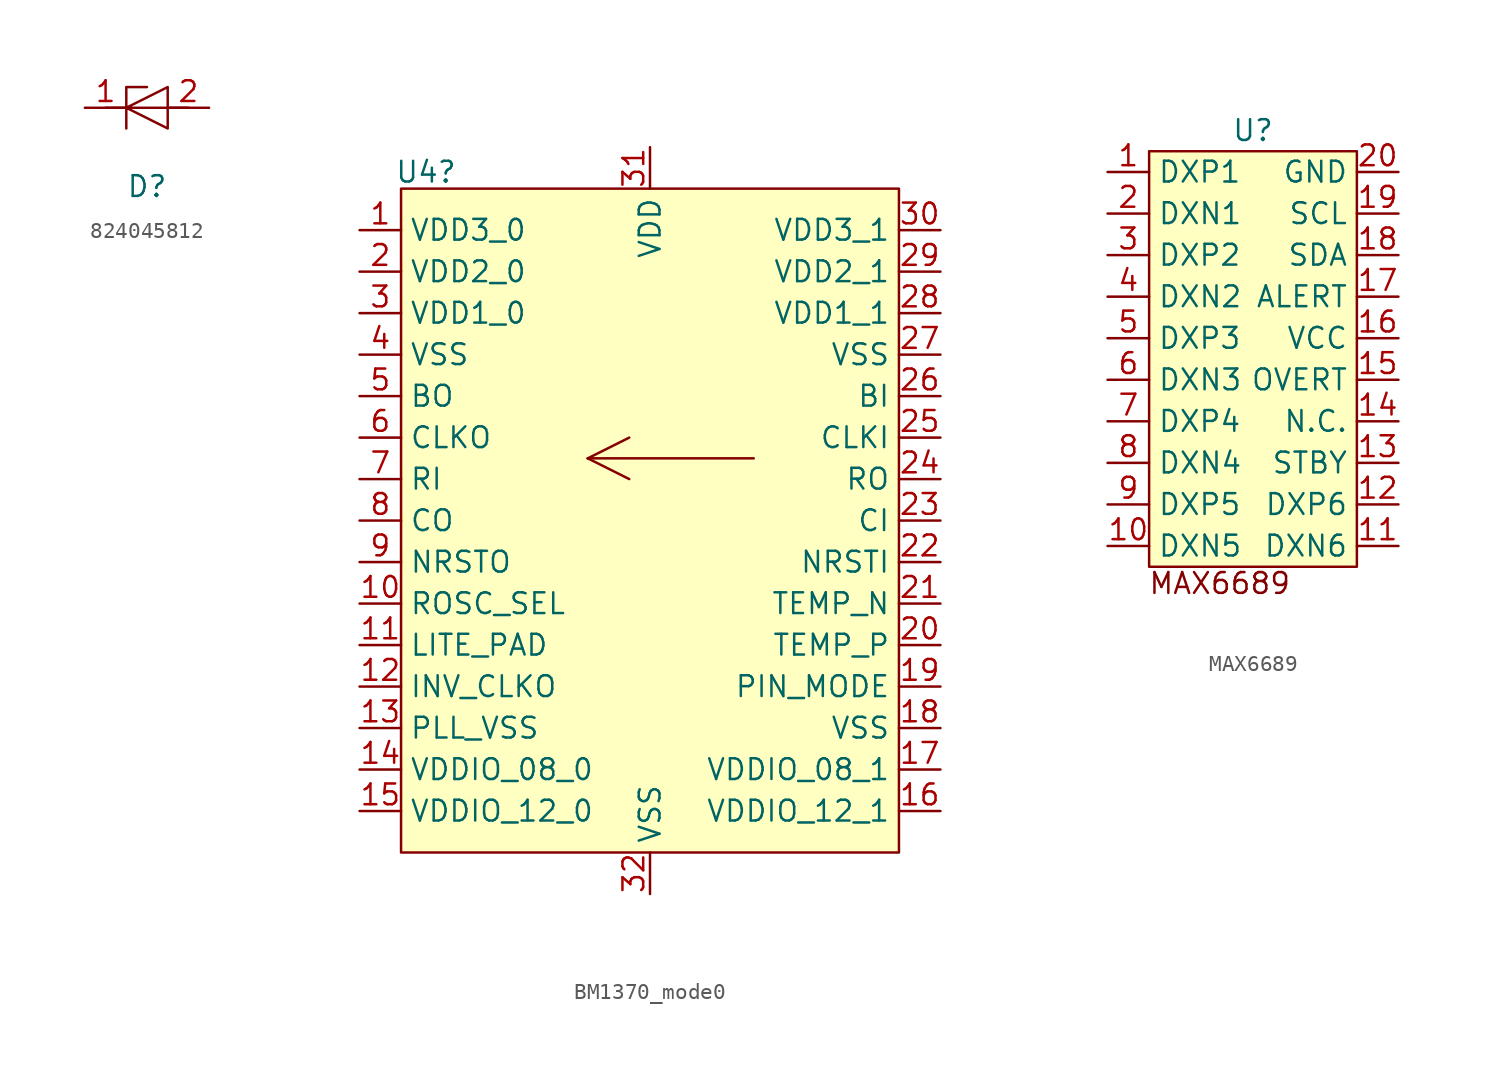
<source format=kicad_sym>
(kicad_symbol_lib
  (version 20231120)
  (generator "kicad_symbol_editor")
  (generator_version "8.0")
  (symbol "824045812"
    (property "Reference" "D"
      (at 0 -4.826 0)
      (effects (font (size 1.27 1.27))))
    (property "Value" ""
      (at 0 0 0)
      (effects (font (size 1.27 1.27))))
    (symbol "824045812_0_1"
      (polyline (pts (xy -1.27 0) (xy 1.27 1.27) (xy 1.27 -1.27) (xy -1.27 0) (xy -2.54 0) (xy 2.54 0) (xy -1.27 0) (xy -1.27 -1.27) (xy -1.27 1.27) (xy 0 1.27)) (stroke (width 0) (type default)) (fill (type none))))
    (symbol "824045812_1_1"
      (pin input line (at -3.81 0 0) (length 2.54) (name "I/O" (effects (font (size 0 0)))) (number "1" (effects (font (size 1.27 1.27)))))
      (pin output line (at 3.81 0 180) (length 2.54) (name "GND" (effects (font (size 0 0)))) (number "2" (effects (font (size 1.27 1.27)))))))
  (symbol "BM1370_mode0"
    (property "Reference" "U4"
      (at -13.716 20.066 0)
      (effects (font (size 1.27 1.27))))
    (property "Value" ""
      (at 0 0 0)
      (effects (font (size 1.27 1.27))))
    (symbol "BM1370_mode0_0_1"
      (rectangle (start -15.24 19.05) (end 15.24 -21.59) (stroke (width 0) (type default)) (fill (type background)))
      (polyline (pts (xy -3.81 2.54) (xy -1.27 3.81)) (stroke (width 0) (type default)) (fill (type none)))
      (polyline (pts (xy -3.81 2.54) (xy 6.35 2.54)) (stroke (width 0) (type default)) (fill (type none)))
      (polyline (pts (xy -1.27 1.27) (xy -3.81 2.54)) (stroke (width 0) (type default)) (fill (type none))))
    (symbol "BM1370_mode0_1_1"
      (pin power_in line (at -17.78 16.51 0) (length 2.54) (name "VDD3_0" (effects (font (size 1.27 1.27)))) (number "1" (effects (font (size 1.27 1.27)))))
      (pin unspecified line (at -17.78 -6.35 0) (length 2.54) (name "ROSC_SEL" (effects (font (size 1.27 1.27)))) (number "10" (effects (font (size 1.27 1.27)))))
      (pin unspecified line (at -17.78 -8.89 0) (length 2.54) (name "LITE_PAD" (effects (font (size 1.27 1.27)))) (number "11" (effects (font (size 1.27 1.27)))))
      (pin unspecified line (at -17.78 -11.43 0) (length 2.54) (name "INV_CLKO" (effects (font (size 1.27 1.27)))) (number "12" (effects (font (size 1.27 1.27)))))
      (pin power_in line (at -17.78 -13.97 0) (length 2.54) (name "PLL_VSS" (effects (font (size 1.27 1.27)))) (number "13" (effects (font (size 1.27 1.27)))))
      (pin power_in line (at -17.78 -16.51 0) (length 2.54) (name "VDDIO_08_0" (effects (font (size 1.27 1.27)))) (number "14" (effects (font (size 1.27 1.27)))))
      (pin power_in line (at -17.78 -19.05 0) (length 2.54) (name "VDDIO_12_0" (effects (font (size 1.27 1.27)))) (number "15" (effects (font (size 1.27 1.27)))))
      (pin power_in line (at 17.78 -19.05 180) (length 2.54) (name "VDDIO_12_1" (effects (font (size 1.27 1.27)))) (number "16" (effects (font (size 1.27 1.27)))))
      (pin power_in line (at 17.78 -16.51 180) (length 2.54) (name "VDDIO_08_1" (effects (font (size 1.27 1.27)))) (number "17" (effects (font (size 1.27 1.27)))))
      (pin power_in line (at 17.78 -13.97 180) (length 2.54) (name "VSS" (effects (font (size 1.27 1.27)))) (number "18" (effects (font (size 1.27 1.27)))))
      (pin input line (at 17.78 -11.43 180) (length 2.54) (name "PIN_MODE" (effects (font (size 1.27 1.27)))) (number "19" (effects (font (size 1.27 1.27)))))
      (pin power_in line (at -17.78 13.97 0) (length 2.54) (name "VDD2_0" (effects (font (size 1.27 1.27)))) (number "2" (effects (font (size 1.27 1.27)))))
      (pin unspecified line (at 17.78 -8.89 180) (length 2.54) (name "TEMP_P" (effects (font (size 1.27 1.27)))) (number "20" (effects (font (size 1.27 1.27)))))
      (pin unspecified line (at 17.78 -6.35 180) (length 2.54) (name "TEMP_N" (effects (font (size 1.27 1.27)))) (number "21" (effects (font (size 1.27 1.27)))))
      (pin output line (at 17.78 -3.81 180) (length 2.54) (name "NRSTI" (effects (font (size 1.27 1.27)))) (number "22" (effects (font (size 1.27 1.27)))))
      (pin output line (at 17.78 -1.27 180) (length 2.54) (name "CI" (effects (font (size 1.27 1.27)))) (number "23" (effects (font (size 1.27 1.27)))))
      (pin input line (at 17.78 1.27 180) (length 2.54) (name "RO" (effects (font (size 1.27 1.27)))) (number "24" (effects (font (size 1.27 1.27)))))
      (pin output line (at 17.78 3.81 180) (length 2.54) (name "CLKI" (effects (font (size 1.27 1.27)))) (number "25" (effects (font (size 1.27 1.27)))))
      (pin output line (at 17.78 6.35 180) (length 2.54) (name "BI" (effects (font (size 1.27 1.27)))) (number "26" (effects (font (size 1.27 1.27)))))
      (pin power_in line (at 17.78 8.89 180) (length 2.54) (name "VSS" (effects (font (size 1.27 1.27)))) (number "27" (effects (font (size 1.27 1.27)))))
      (pin power_in line (at 17.78 11.43 180) (length 2.54) (name "VDD1_1" (effects (font (size 1.27 1.27)))) (number "28" (effects (font (size 1.27 1.27)))))
      (pin power_in line (at 17.78 13.97 180) (length 2.54) (name "VDD2_1" (effects (font (size 1.27 1.27)))) (number "29" (effects (font (size 1.27 1.27)))))
      (pin power_in line (at -17.78 11.43 0) (length 2.54) (name "VDD1_0" (effects (font (size 1.27 1.27)))) (number "3" (effects (font (size 1.27 1.27)))))
      (pin power_in line (at 17.78 16.51 180) (length 2.54) (name "VDD3_1" (effects (font (size 1.27 1.27)))) (number "30" (effects (font (size 1.27 1.27)))))
      (pin power_in line (at 0 21.59 270) (length 2.54) (name "VDD" (effects (font (size 1.27 1.27)))) (number "31" (effects (font (size 1.27 1.27)))))
      (pin power_in line (at 0 -24.13 90) (length 2.54) (name "VSS" (effects (font (size 1.27 1.27)))) (number "32" (effects (font (size 1.27 1.27)))))
      (pin power_in line (at -17.78 8.89 0) (length 2.54) (name "VSS" (effects (font (size 1.27 1.27)))) (number "4" (effects (font (size 1.27 1.27)))))
      (pin input line (at -17.78 6.35 0) (length 2.54) (name "BO" (effects (font (size 1.27 1.27)))) (number "5" (effects (font (size 1.27 1.27)))))
      (pin input line (at -17.78 3.81 0) (length 2.54) (name "CLKO" (effects (font (size 1.27 1.27)))) (number "6" (effects (font (size 1.27 1.27)))))
      (pin output line (at -17.78 1.27 0) (length 2.54) (name "RI" (effects (font (size 1.27 1.27)))) (number "7" (effects (font (size 1.27 1.27)))))
      (pin input line (at -17.78 -1.27 0) (length 2.54) (name "CO" (effects (font (size 1.27 1.27)))) (number "8" (effects (font (size 1.27 1.27)))))
      (pin input line (at -17.78 -3.81 0) (length 2.54) (name "NRSTO" (effects (font (size 1.27 1.27)))) (number "9" (effects (font (size 1.27 1.27)))))))
  (symbol "MAX6689"
    (property "Reference" "U"
      (at 0 13.97 0)
      (effects (font (size 1.27 1.27))))
    (property "Value" ""
      (at 0 0 0)
      (effects (font (size 1.27 1.27))))
    (symbol "MAX6689_0_1"
      (rectangle (start -6.35 12.7) (end 6.35 -12.7) (stroke (width 0) (type default)) (fill (type background))))
    (symbol "MAX6689_1_1"
      (text "MAX6689\n" (at -2.032 -13.716 0) (effects (font (size 1.27 1.27))))
      (pin bidirectional line (at -8.89 11.43 0) (length 2.54) (name "DXP1" (effects (font (size 1.27 1.27)))) (number "1" (effects (font (size 1.27 1.27)))))
      (pin bidirectional line (at -8.89 -11.43 0) (length 2.54) (name "DXN5" (effects (font (size 1.27 1.27)))) (number "10" (effects (font (size 1.27 1.27)))))
      (pin bidirectional line (at 8.89 -11.43 180) (length 2.54) (name "DXN6" (effects (font (size 1.27 1.27)))) (number "11" (effects (font (size 1.27 1.27)))))
      (pin bidirectional line (at 8.89 -8.89 180) (length 2.54) (name "DXP6" (effects (font (size 1.27 1.27)))) (number "12" (effects (font (size 1.27 1.27)))))
      (pin bidirectional line (at 8.89 -6.35 180) (length 2.54) (name "STBY" (effects (font (size 1.27 1.27)))) (number "13" (effects (font (size 1.27 1.27)))))
      (pin bidirectional line (at 8.89 -3.81 180) (length 2.54) (name "N.C." (effects (font (size 1.27 1.27)))) (number "14" (effects (font (size 1.27 1.27)))))
      (pin bidirectional line (at 8.89 -1.27 180) (length 2.54) (name "OVERT" (effects (font (size 1.27 1.27)))) (number "15" (effects (font (size 1.27 1.27)))))
      (pin bidirectional line (at 8.89 1.27 180) (length 2.54) (name "VCC" (effects (font (size 1.27 1.27)))) (number "16" (effects (font (size 1.27 1.27)))))
      (pin bidirectional line (at 8.89 3.81 180) (length 2.54) (name "ALERT" (effects (font (size 1.27 1.27)))) (number "17" (effects (font (size 1.27 1.27)))))
      (pin bidirectional line (at 8.89 6.35 180) (length 2.54) (name "SDA" (effects (font (size 1.27 1.27)))) (number "18" (effects (font (size 1.27 1.27)))))
      (pin bidirectional line (at 8.89 8.89 180) (length 2.54) (name "SCL" (effects (font (size 1.27 1.27)))) (number "19" (effects (font (size 1.27 1.27)))))
      (pin bidirectional line (at -8.89 8.89 0) (length 2.54) (name "DXN1" (effects (font (size 1.27 1.27)))) (number "2" (effects (font (size 1.27 1.27)))))
      (pin bidirectional line (at 8.89 11.43 180) (length 2.54) (name "GND" (effects (font (size 1.27 1.27)))) (number "20" (effects (font (size 1.27 1.27)))))
      (pin bidirectional line (at -8.89 6.35 0) (length 2.54) (name "DXP2" (effects (font (size 1.27 1.27)))) (number "3" (effects (font (size 1.27 1.27)))))
      (pin bidirectional line (at -8.89 3.81 0) (length 2.54) (name "DXN2" (effects (font (size 1.27 1.27)))) (number "4" (effects (font (size 1.27 1.27)))))
      (pin bidirectional line (at -8.89 1.27 0) (length 2.54) (name "DXP3" (effects (font (size 1.27 1.27)))) (number "5" (effects (font (size 1.27 1.27)))))
      (pin bidirectional line (at -8.89 -1.27 0) (length 2.54) (name "DXN3" (effects (font (size 1.27 1.27)))) (number "6" (effects (font (size 1.27 1.27)))))
      (pin bidirectional line (at -8.89 -3.81 0) (length 2.54) (name "DXP4" (effects (font (size 1.27 1.27)))) (number "7" (effects (font (size 1.27 1.27)))))
      (pin bidirectional line (at -8.89 -6.35 0) (length 2.54) (name "DXN4" (effects (font (size 1.27 1.27)))) (number "8" (effects (font (size 1.27 1.27)))))
      (pin bidirectional line (at -8.89 -8.89 0) (length 2.54) (name "DXP5" (effects (font (size 1.27 1.27)))) (number "9" (effects (font (size 1.27 1.27))))))))
</source>
